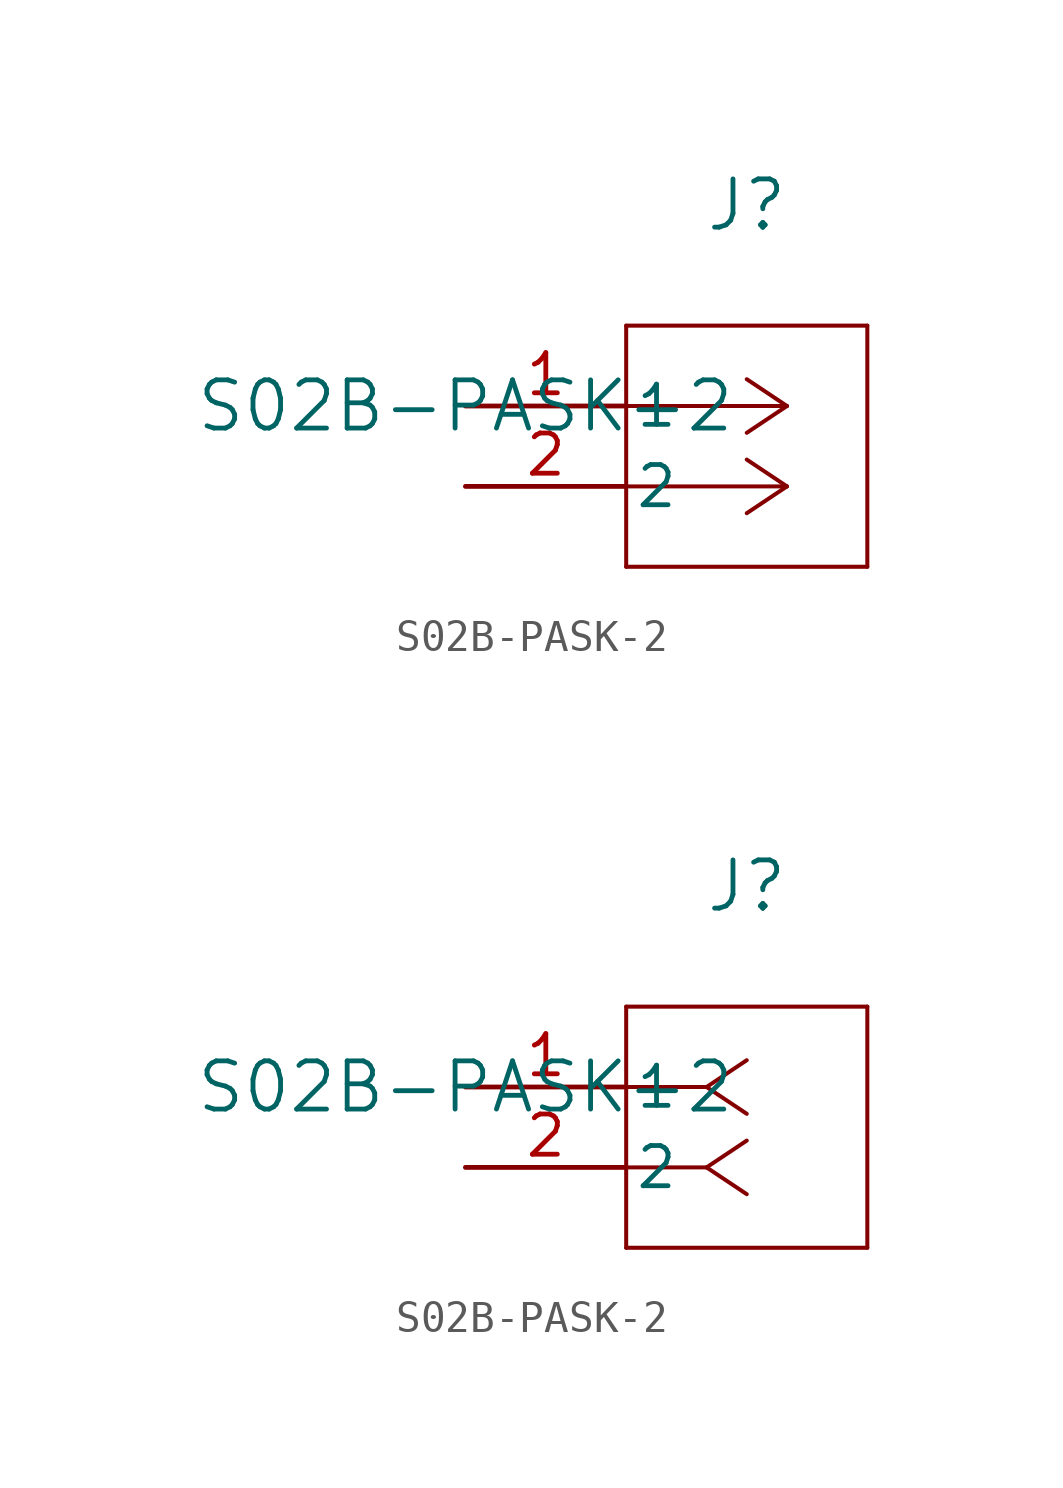
<source format=kicad_sym>
(kicad_symbol_lib
  (version 20211014)
  (generator kicad_symbol_editor)
  (symbol "S02B-PASK-2"
    (pin_names
      (offset 0.254))
    (property "Reference" "J"
      (at 8.89 6.35 0)
      (effects (font (size 1.524 1.524))))
    (property "Value" "S02B-PASK-2"
      (at 0 0 0)
      (effects (font (size 1.524 1.524))))
    (symbol "S02B-PASK-2_1_1"
      (polyline (pts (xy 10.16 0) (xy 5.08 0)) (stroke (width 0.127) (type default) (color 0 0 0 0)) (fill (type none)))
      (polyline (pts (xy 10.16 -2.54) (xy 5.08 -2.54)) (stroke (width 0.127) (type default) (color 0 0 0 0)) (fill (type none)))
      (polyline (pts (xy 10.16 0) (xy 8.89 0.847)) (stroke (width 0.127) (type default) (color 0 0 0 0)) (fill (type none)))
      (polyline (pts (xy 10.16 -2.54) (xy 8.89 -1.693)) (stroke (width 0.127) (type default) (color 0 0 0 0)) (fill (type none)))
      (polyline (pts (xy 10.16 0) (xy 8.89 -0.847)) (stroke (width 0.127) (type default) (color 0 0 0 0)) (fill (type none)))
      (polyline (pts (xy 10.16 -2.54) (xy 8.89 -3.387)) (stroke (width 0.127) (type default) (color 0 0 0 0)) (fill (type none)))
      (polyline (pts (xy 5.08 2.54) (xy 5.08 -5.08)) (stroke (width 0.127) (type default) (color 0 0 0 0)) (fill (type none)))
      (polyline (pts (xy 5.08 -5.08) (xy 12.7 -5.08)) (stroke (width 0.127) (type default) (color 0 0 0 0)) (fill (type none)))
      (polyline (pts (xy 12.7 -5.08) (xy 12.7 2.54)) (stroke (width 0.127) (type default) (color 0 0 0 0)) (fill (type none)))
      (polyline (pts (xy 12.7 2.54) (xy 5.08 2.54)) (stroke (width 0.127) (type default) (color 0 0 0 0)) (fill (type none)))
      (pin unspecified line (at 0 0 0) (length 5.08) (name "1" (effects (font (size 1.27 1.27)))) (number "1" (effects (font (size 1.27 1.27)))))
      (pin unspecified line (at 0 -2.54 0) (length 5.08) (name "2" (effects (font (size 1.27 1.27)))) (number "2" (effects (font (size 1.27 1.27))))))
    (symbol "S02B-PASK-2_1_2"
      (polyline (pts (xy 7.62 0) (xy 5.08 0)) (stroke (width 0.127) (type default) (color 0 0 0 0)) (fill (type none)))
      (polyline (pts (xy 7.62 -2.54) (xy 5.08 -2.54)) (stroke (width 0.127) (type default) (color 0 0 0 0)) (fill (type none)))
      (polyline (pts (xy 7.62 0) (xy 8.89 0.847)) (stroke (width 0.127) (type default) (color 0 0 0 0)) (fill (type none)))
      (polyline (pts (xy 7.62 -2.54) (xy 8.89 -1.693)) (stroke (width 0.127) (type default) (color 0 0 0 0)) (fill (type none)))
      (polyline (pts (xy 7.62 0) (xy 8.89 -0.847)) (stroke (width 0.127) (type default) (color 0 0 0 0)) (fill (type none)))
      (polyline (pts (xy 7.62 -2.54) (xy 8.89 -3.387)) (stroke (width 0.127) (type default) (color 0 0 0 0)) (fill (type none)))
      (polyline (pts (xy 5.08 2.54) (xy 5.08 -5.08)) (stroke (width 0.127) (type default) (color 0 0 0 0)) (fill (type none)))
      (polyline (pts (xy 5.08 -5.08) (xy 12.7 -5.08)) (stroke (width 0.127) (type default) (color 0 0 0 0)) (fill (type none)))
      (polyline (pts (xy 12.7 -5.08) (xy 12.7 2.54)) (stroke (width 0.127) (type default) (color 0 0 0 0)) (fill (type none)))
      (polyline (pts (xy 12.7 2.54) (xy 5.08 2.54)) (stroke (width 0.127) (type default) (color 0 0 0 0)) (fill (type none)))
      (pin unspecified line (at 0 0 0) (length 5.08) (name "1" (effects (font (size 1.27 1.27)))) (number "1" (effects (font (size 1.27 1.27)))))
      (pin unspecified line (at 0 -2.54 0) (length 5.08) (name "2" (effects (font (size 1.27 1.27)))) (number "2" (effects (font (size 1.27 1.27))))))))
</source>
